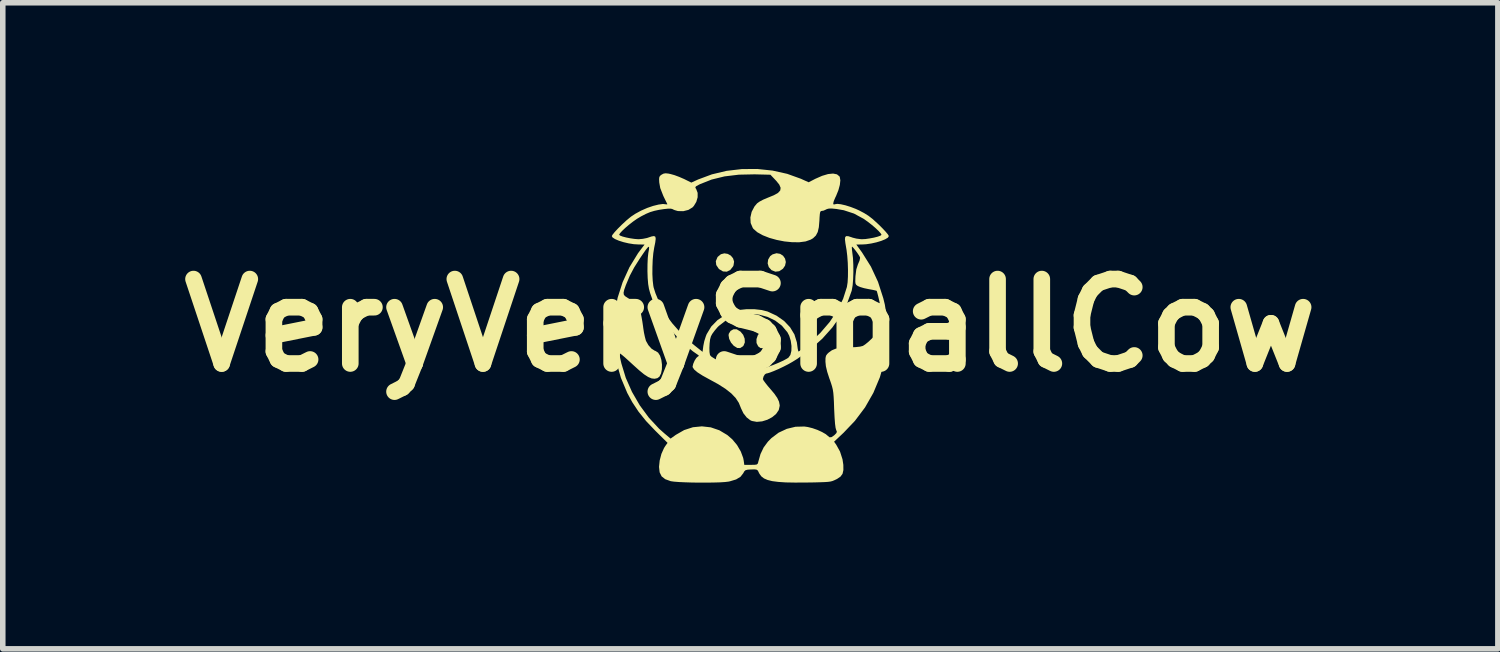
<source format=kicad_pcb>
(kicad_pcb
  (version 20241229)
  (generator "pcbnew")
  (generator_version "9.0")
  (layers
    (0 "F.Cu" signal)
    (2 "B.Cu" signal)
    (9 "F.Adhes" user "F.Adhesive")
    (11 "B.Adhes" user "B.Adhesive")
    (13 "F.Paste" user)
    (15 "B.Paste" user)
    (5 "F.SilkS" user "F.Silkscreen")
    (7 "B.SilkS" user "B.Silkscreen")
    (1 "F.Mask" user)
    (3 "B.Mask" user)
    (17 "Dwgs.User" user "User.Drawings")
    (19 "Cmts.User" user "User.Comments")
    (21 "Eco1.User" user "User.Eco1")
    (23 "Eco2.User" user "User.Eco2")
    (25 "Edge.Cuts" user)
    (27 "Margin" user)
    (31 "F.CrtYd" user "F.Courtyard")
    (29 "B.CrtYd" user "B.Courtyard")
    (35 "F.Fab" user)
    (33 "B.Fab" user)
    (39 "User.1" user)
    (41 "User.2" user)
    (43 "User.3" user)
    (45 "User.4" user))
  (footprint "VeryVerySmallCow"
    (layer "F.Cu")
    (at 10.494 2.822)
    (property "Reference" "VeryVerySmallCow" (at 0 0 0) (layer "F.SilkS") (effects (font (size 1.524 1.524) (thickness 0.3))))
    (attr through_hole)
    (fp_poly (pts (xy 0.538 -1.29) (xy 0.591 -1.256) (xy 0.627 -1.204) (xy 0.641 -1.142) (xy 0.627 -1.077) (xy 0.589 -1.021) (xy 0.522 -0.976) (xy 0.452 -0.968) (xy 0.382 -0.996) (xy 0.382 -0.996) (xy 0.333 -1.051) (xy 0.313 -1.118) (xy 0.322 -1.187) (xy 0.358 -1.248) (xy 0.401 -1.28) (xy 0.473 -1.301)) (stroke (width 0) (type solid)) (fill yes) (layer "F.SilkS"))
    (fp_poly (pts (xy -0.407 -1.289) (xy -0.352 -1.258) (xy -0.312 -1.21) (xy -0.293 -1.15) (xy -0.303 -1.082) (xy -0.312 -1.062) (xy -0.362 -0.999) (xy -0.424 -0.968) (xy -0.493 -0.972) (xy -0.56 -1.012) (xy -0.57 -1.021) (xy -0.615 -1.088) (xy -0.623 -1.158) (xy -0.594 -1.227) (xy -0.587 -1.237) (xy -0.531 -1.283) (xy -0.469 -1.299)) (stroke (width 0) (type solid)) (fill yes) (layer "F.SilkS"))
    (fp_poly (pts (xy -0.242 0.074) (xy -0.177 0.114) (xy -0.129 0.172) (xy -0.102 0.241) (xy -0.099 0.309) (xy -0.123 0.367) (xy -0.133 0.379) (xy -0.183 0.411) (xy -0.236 0.409) (xy -0.297 0.371) (xy -0.3 0.369) (xy -0.349 0.312) (xy -0.382 0.244) (xy -0.393 0.178) (xy -0.388 0.151) (xy -0.356 0.101) (xy -0.305 0.072) (xy -0.248 0.072)) (stroke (width 0) (type solid)) (fill yes) (layer "F.SilkS"))
    (fp_poly (pts (xy 0.317 0.062) (xy 0.351 0.086) (xy 0.36 0.095) (xy 0.391 0.15) (xy 0.395 0.219) (xy 0.375 0.289) (xy 0.334 0.351) (xy 0.285 0.388) (xy 0.226 0.412) (xy 0.183 0.411) (xy 0.146 0.383) (xy 0.141 0.378) (xy 0.112 0.32) (xy 0.111 0.25) (xy 0.135 0.18) (xy 0.181 0.118) (xy 0.229 0.084) (xy 0.281 0.062)) (stroke (width 0) (type solid)) (fill yes) (layer "F.SilkS"))
    (fp_poly (pts (xy 0.4 -2.793) (xy 0.666 -2.734) (xy 0.916 -2.644) (xy 0.937 -2.634) (xy 1.053 -2.582) (xy 1.175 -2.645) (xy 1.296 -2.698) (xy 1.403 -2.73) (xy 1.494 -2.739) (xy 1.564 -2.725) (xy 1.609 -2.688) (xy 1.615 -2.676) (xy 1.625 -2.617) (xy 1.616 -2.535) (xy 1.59 -2.439) (xy 1.548 -2.335) (xy 1.536 -2.311) (xy 1.507 -2.244) (xy 1.496 -2.199) (xy 1.505 -2.179) (xy 1.531 -2.186) (xy 1.57 -2.192) (xy 1.634 -2.185) (xy 1.717 -2.166) (xy 1.81 -2.137) (xy 1.904 -2.101) (xy 1.965 -2.073) (xy 2.054 -2.026) (xy 2.131 -1.978) (xy 2.206 -1.92) (xy 2.291 -1.843) (xy 2.321 -1.815) (xy 2.388 -1.748) (xy 2.444 -1.688) (xy 2.483 -1.641) (xy 2.5 -1.612) (xy 2.5 -1.61) (xy 2.483 -1.582) (xy 2.435 -1.553) (xy 2.364 -1.524) (xy 2.278 -1.498) (xy 2.184 -1.477) (xy 2.089 -1.463) (xy 2.013 -1.459) (xy 1.913 -1.458) (xy 2.016 -1.316) (xy 2.177 -1.059) (xy 2.305 -0.784) (xy 2.4 -0.489) (xy 2.428 -0.374) (xy 2.454 -0.211) (xy 2.468 -0.026) (xy 2.471 0.168) (xy 2.463 0.359) (xy 2.444 0.534) (xy 2.425 0.634) (xy 2.339 0.937) (xy 2.221 1.219) (xy 2.071 1.482) (xy 1.888 1.725) (xy 1.684 1.939) (xy 1.512 2.101) (xy 1.551 2.156) (xy 1.619 2.279) (xy 1.664 2.419) (xy 1.679 2.519) (xy 1.68 2.613) (xy 1.665 2.68) (xy 1.628 2.731) (xy 1.565 2.774) (xy 1.544 2.784) (xy 1.512 2.799) (xy 1.482 2.811) (xy 1.447 2.82) (xy 1.403 2.826) (xy 1.343 2.83) (xy 1.262 2.833) (xy 1.154 2.836) (xy 1.015 2.838) (xy 1.008 2.838) (xy 0.807 2.839) (xy 0.64 2.836) (xy 0.505 2.827) (xy 0.396 2.813) (xy 0.312 2.792) (xy 0.247 2.764) (xy 0.2 2.728) (xy 0.166 2.682) (xy 0.153 2.658) (xy 0.137 2.624) (xy 0.116 2.607) (xy 0.082 2.601) (xy 0.021 2.602) (xy 0.016 2.602) (xy -0.047 2.606) (xy -0.085 2.615) (xy -0.108 2.635) (xy -0.128 2.671) (xy -0.177 2.734) (xy -0.256 2.782) (xy -0.368 2.816) (xy -0.397 2.822) (xy -0.458 2.829) (xy -0.549 2.835) (xy -0.661 2.838) (xy -0.788 2.84) (xy -0.921 2.84) (xy -1.055 2.838) (xy -1.18 2.834) (xy -1.291 2.829) (xy -1.378 2.822) (xy -1.436 2.814) (xy -1.439 2.813) (xy -1.536 2.778) (xy -1.601 2.727) (xy -1.637 2.654) (xy -1.648 2.556) (xy -1.636 2.44) (xy -1.605 2.321) (xy -1.558 2.216) (xy -1.535 2.179) (xy -1.494 2.122) (xy -1.719 1.899) (xy -1.882 1.728) (xy -2.017 1.56) (xy -2.131 1.388) (xy -2.221 1.222) (xy -2.336 0.948) (xy -2.417 0.665) (xy -2.438 0.529) (xy -2.361 0.529) (xy -2.356 0.561) (xy -2.344 0.617) (xy -2.327 0.691) (xy -2.248 0.949) (xy -2.136 1.202) (xy -1.996 1.444) (xy -1.831 1.668) (xy -1.647 1.866) (xy -1.549 1.953) (xy -1.439 2.045) (xy -1.344 1.977) (xy -1.194 1.891) (xy -1.036 1.84) (xy -0.874 1.824) (xy -0.714 1.842) (xy -0.559 1.895) (xy -0.415 1.981) (xy -0.326 2.058) (xy -0.24 2.161) (xy -0.172 2.278) (xy -0.129 2.394) (xy -0.119 2.445) (xy -0.109 2.519) (xy 0.012 2.519) (xy 0.077 2.518) (xy 0.114 2.513) (xy 0.133 2.499) (xy 0.142 2.474) (xy 0.143 2.467) (xy 0.184 2.323) (xy 0.241 2.204) (xy 0.318 2.1) (xy 0.38 2.037) (xy 0.511 1.938) (xy 0.659 1.869) (xy 0.816 1.831) (xy 0.975 1.827) (xy 1.038 1.836) (xy 1.122 1.857) (xy 1.211 1.888) (xy 1.294 1.926) (xy 1.362 1.965) (xy 1.4 1.997) (xy 1.431 2.022) (xy 1.465 2.019) (xy 1.511 1.988) (xy 1.521 1.979) (xy 1.554 1.945) (xy 1.562 1.919) (xy 1.55 1.89) (xy 1.539 1.851) (xy 1.529 1.776) (xy 1.521 1.667) (xy 1.514 1.526) (xy 1.513 1.506) (xy 1.509 1.383) (xy 1.504 1.29) (xy 1.498 1.219) (xy 1.489 1.16) (xy 1.476 1.106) (xy 1.458 1.048) (xy 1.434 0.978) (xy 1.429 0.966) (xy 1.388 0.84) (xy 1.364 0.739) (xy 1.356 0.657) (xy 1.357 0.592) (xy 1.366 0.55) (xy 1.388 0.518) (xy 1.415 0.492) (xy 1.472 0.451) (xy 1.54 0.423) (xy 1.625 0.406) (xy 1.737 0.399) (xy 1.795 0.398) (xy 1.898 0.394) (xy 1.981 0.385) (xy 2.032 0.372) (xy 2.072 0.346) (xy 2.128 0.301) (xy 2.19 0.243) (xy 2.222 0.211) (xy 2.279 0.153) (xy 2.328 0.108) (xy 2.361 0.081) (xy 2.372 0.076) (xy 2.382 0.058) (xy 2.385 0.011) (xy 2.383 -0.06) (xy 2.376 -0.148) (xy 2.364 -0.244) (xy 2.348 -0.343) (xy 2.329 -0.436) (xy 2.311 -0.514) (xy 2.295 -0.576) (xy 2.284 -0.614) (xy 2.281 -0.622) (xy 2.261 -0.628) (xy 2.213 -0.639) (xy 2.147 -0.651) (xy 2.131 -0.654) (xy 2.054 -0.67) (xy 1.986 -0.69) (xy 1.941 -0.709) (xy 1.938 -0.711) (xy 1.913 -0.729) (xy 1.9 -0.751) (xy 1.895 -0.785) (xy 1.896 -0.841) (xy 1.898 -0.887) (xy 1.913 -1.009) (xy 1.943 -1.102) (xy 1.949 -1.115) (xy 1.972 -1.169) (xy 1.981 -1.214) (xy 1.98 -1.228) (xy 1.962 -1.26) (xy 1.932 -1.305) (xy 1.896 -1.354) (xy 1.863 -1.395) (xy 1.84 -1.418) (xy 1.835 -1.42) (xy 1.832 -1.404) (xy 1.835 -1.361) (xy 1.84 -1.321) (xy 1.853 -1.215) (xy 1.859 -1.091) (xy 1.86 -0.961) (xy 1.856 -0.834) (xy 1.847 -0.722) (xy 1.832 -0.636) (xy 1.83 -0.625) (xy 1.748 -0.397) (xy 1.631 -0.175) (xy 1.481 0.039) (xy 1.299 0.242) (xy 1.087 0.431) (xy 0.849 0.605) (xy 0.76 0.66) (xy 0.686 0.702) (xy 0.6 0.746) (xy 0.51 0.789) (xy 0.424 0.826) (xy 0.351 0.854) (xy 0.3 0.869) (xy 0.285 0.871) (xy 0.262 0.887) (xy 0.239 0.924) (xy 0.228 0.965) (xy 0.227 0.971) (xy 0.239 0.996) (xy 0.272 1.041) (xy 0.318 1.099) (xy 0.352 1.138) (xy 0.433 1.234) (xy 0.487 1.312) (xy 0.518 1.379) (xy 0.53 1.441) (xy 0.53 1.455) (xy 0.513 1.53) (xy 0.465 1.6) (xy 0.394 1.659) (xy 0.307 1.705) (xy 0.213 1.734) (xy 0.117 1.743) (xy 0.029 1.727) (xy 0.000039 1.714) (xy -0.066 1.663) (xy -0.125 1.588) (xy -0.167 1.5) (xy -0.169 1.495) (xy -0.208 1.399) (xy -0.265 1.312) (xy -0.344 1.229) (xy -0.448 1.147) (xy -0.581 1.062) (xy -0.735 0.978) (xy -0.862 0.908) (xy -0.954 0.849) (xy -1.013 0.799) (xy -1.04 0.758) (xy -1.042 0.745) (xy -1.031 0.696) (xy -1.006 0.638) (xy -0.975 0.59) (xy -0.954 0.57) (xy -0.929 0.552) (xy -0.938 0.538) (xy -0.952 0.529) (xy -1.039 0.468) (xy -1.14 0.383) (xy -1.25 0.28) (xy -1.36 0.166) (xy -1.465 0.048) (xy -1.557 -0.067) (xy -1.607 -0.137) (xy -1.66 -0.227) (xy -1.715 -0.34) (xy -1.767 -0.464) (xy -1.809 -0.583) (xy -1.83 -0.661) (xy -1.844 -0.745) (xy -1.853 -0.854) (xy -1.857 -0.977) (xy -1.856 -1.102) (xy -1.851 -1.216) (xy -1.841 -1.308) (xy -1.839 -1.316) (xy -1.829 -1.373) (xy -1.827 -1.408) (xy -1.834 -1.419) (xy -1.853 -1.404) (xy -1.887 -1.362) (xy -1.936 -1.292) (xy -1.996 -1.203) (xy -2.096 -1.045) (xy -2.175 -0.896) (xy -2.241 -0.739) (xy -2.247 -0.725) (xy -2.276 -0.643) (xy -2.288 -0.588) (xy -2.283 -0.552) (xy -2.26 -0.525) (xy -2.224 -0.502) (xy -2.149 -0.45) (xy -2.078 -0.378) (xy -2.018 -0.298) (xy -1.979 -0.222) (xy -1.974 -0.205) (xy -1.963 -0.147) (xy -1.949 -0.067) (xy -1.936 0.021) (xy -1.933 0.046) (xy -1.92 0.131) (xy -1.903 0.21) (xy -1.887 0.27) (xy -1.883 0.282) (xy -1.84 0.358) (xy -1.784 0.421) (xy -1.725 0.459) (xy -1.711 0.463) (xy -1.665 0.493) (xy -1.629 0.549) (xy -1.606 0.624) (xy -1.595 0.708) (xy -1.596 0.793) (xy -1.611 0.868) (xy -1.64 0.926) (xy -1.677 0.954) (xy -1.728 0.965) (xy -1.782 0.959) (xy -1.844 0.933) (xy -1.918 0.885) (xy -2.007 0.812) (xy -2.117 0.713) (xy -2.129 0.702) (xy -2.202 0.635) (xy -2.265 0.578) (xy -2.315 0.536) (xy -2.344 0.514) (xy -2.35 0.511) (xy -2.358 0.515) (xy -2.361 0.529) (xy -2.438 0.529) (xy -2.462 0.375) (xy -2.474 0.082) (xy -2.451 -0.21) (xy -2.395 -0.498) (xy -2.305 -0.778) (xy -2.183 -1.046) (xy -2.028 -1.3) (xy -1.977 -1.368) (xy -1.909 -1.458) (xy -2.011 -1.459) (xy -2.101 -1.464) (xy -2.196 -1.479) (xy -2.29 -1.501) (xy -2.375 -1.528) (xy -2.443 -1.557) (xy -2.487 -1.586) (xy -2.5 -1.61) (xy -2.488 -1.634) (xy -2.368 -1.634) (xy -2.35 -1.619) (xy -2.305 -1.602) (xy -2.24 -1.585) (xy -2.165 -1.57) (xy -2.089 -1.559) (xy -2.022 -1.554) (xy -2.013 -1.554) (xy -1.939 -1.561) (xy -1.865 -1.576) (xy -1.847 -1.582) (xy -1.781 -1.604) (xy -1.738 -1.611) (xy -1.714 -1.598) (xy -1.708 -1.561) (xy -1.716 -1.496) (xy -1.735 -1.402) (xy -1.751 -1.303) (xy -1.762 -1.183) (xy -1.767 -1.053) (xy -1.768 -0.925) (xy -1.762 -0.807) (xy -1.751 -0.713) (xy -1.745 -0.682) (xy -1.712 -0.578) (xy -1.662 -0.457) (xy -1.601 -0.331) (xy -1.535 -0.212) (xy -1.496 -0.152) (xy -1.41 -0.037) (xy -1.301 0.087) (xy -1.179 0.211) (xy -1.054 0.324) (xy -1.004 0.366) (xy -0.862 0.479) (xy -0.853 0.409) (xy -0.739 0.409) (xy -0.737 0.484) (xy -0.728 0.536) (xy -0.727 0.539) (xy -0.702 0.566) (xy -0.647 0.601) (xy -0.571 0.641) (xy -0.48 0.683) (xy -0.381 0.724) (xy -0.282 0.761) (xy -0.188 0.79) (xy -0.142 0.802) (xy -0.047 0.812) (xy 0.069 0.807) (xy 0.192 0.787) (xy 0.229 0.778) (xy 0.313 0.753) (xy 0.409 0.718) (xy 0.506 0.678) (xy 0.594 0.638) (xy 0.662 0.601) (xy 0.688 0.584) (xy 0.723 0.535) (xy 0.741 0.462) (xy 0.743 0.373) (xy 0.73 0.279) (xy 0.702 0.188) (xy 0.669 0.125) (xy 0.57 0.007) (xy 0.449 -0.085) (xy 0.311 -0.152) (xy 0.161 -0.192) (xy 0.005 -0.206) (xy -0.152 -0.193) (xy -0.303 -0.153) (xy -0.444 -0.085) (xy -0.568 0.011) (xy -0.593 0.036) (xy -0.644 0.096) (xy -0.688 0.156) (xy -0.711 0.199) (xy -0.726 0.253) (xy -0.735 0.328) (xy -0.739 0.409) (xy -0.853 0.409) (xy -0.848 0.37) (xy -0.831 0.286) (xy -0.803 0.198) (xy -0.788 0.16) (xy -0.705 0.022) (xy -0.592 -0.094) (xy -0.448 -0.189) (xy -0.311 -0.249) (xy -0.2 -0.277) (xy -0.067 -0.291) (xy 0.072 -0.291) (xy 0.204 -0.276) (xy 0.311 -0.249) (xy 0.473 -0.174) (xy 0.61 -0.078) (xy 0.718 0.036) (xy 0.796 0.165) (xy 0.84 0.307) (xy 0.847 0.359) (xy 0.855 0.419) (xy 0.864 0.461) (xy 0.871 0.474) (xy 0.89 0.462) (xy 0.931 0.431) (xy 0.99 0.384) (xy 1.059 0.328) (xy 1.062 0.325) (xy 1.262 0.139) (xy 1.432 -0.059) (xy 1.57 -0.265) (xy 1.675 -0.478) (xy 1.744 -0.694) (xy 1.744 -0.697) (xy 1.756 -0.774) (xy 1.762 -0.879) (xy 1.763 -1) (xy 1.759 -1.128) (xy 1.75 -1.251) (xy 1.737 -1.36) (xy 1.733 -1.383) (xy 1.716 -1.484) (xy 1.708 -1.553) (xy 1.713 -1.594) (xy 1.732 -1.61) (xy 1.769 -1.608) (xy 1.825 -1.59) (xy 1.847 -1.582) (xy 1.915 -1.565) (xy 1.993 -1.555) (xy 2.013 -1.554) (xy 2.078 -1.557) (xy 2.153 -1.568) (xy 2.229 -1.582) (xy 2.296 -1.599) (xy 2.345 -1.616) (xy 2.367 -1.632) (xy 2.368 -1.634) (xy 2.353 -1.66) (xy 2.315 -1.703) (xy 2.258 -1.757) (xy 2.191 -1.814) (xy 2.118 -1.871) (xy 2.047 -1.921) (xy 2.046 -1.922) (xy 1.871 -2.017) (xy 1.687 -2.077) (xy 1.553 -2.1) (xy 1.472 -2.108) (xy 1.418 -2.107) (xy 1.382 -2.098) (xy 1.369 -2.091) (xy 1.323 -2.07) (xy 1.291 -2.065) (xy 1.274 -2.061) (xy 1.262 -2.046) (xy 1.255 -2.011) (xy 1.25 -1.951) (xy 1.247 -1.889) (xy 1.237 -1.771) (xy 1.217 -1.684) (xy 1.183 -1.62) (xy 1.132 -1.571) (xy 1.089 -1.546) (xy 0.998 -1.514) (xy 0.884 -1.499) (xy 0.754 -1.5) (xy 0.616 -1.514) (xy 0.477 -1.541) (xy 0.344 -1.578) (xy 0.225 -1.625) (xy 0.126 -1.68) (xy 0.056 -1.741) (xy 0.043 -1.76) (xy 0.006 -1.847) (xy 0.001 -1.946) (xy 0.024 -2.048) (xy 0.075 -2.145) (xy 0.122 -2.201) (xy 0.165 -2.232) (xy 0.23 -2.267) (xy 0.305 -2.299) (xy 0.315 -2.303) (xy 0.425 -2.348) (xy 0.5 -2.39) (xy 0.54 -2.434) (xy 0.547 -2.482) (xy 0.523 -2.539) (xy 0.469 -2.606) (xy 0.456 -2.62) (xy 0.363 -2.718) (xy 0.077 -2.725) (xy -0.207 -2.719) (xy -0.465 -2.688) (xy -0.698 -2.631) (xy -0.91 -2.547) (xy -0.933 -2.535) (xy -0.977 -2.511) (xy -0.993 -2.493) (xy -0.985 -2.47) (xy -0.976 -2.457) (xy -0.951 -2.391) (xy -0.951 -2.311) (xy -0.975 -2.228) (xy -1.02 -2.154) (xy -1.044 -2.128) (xy -1.118 -2.083) (xy -1.21 -2.06) (xy -1.303 -2.062) (xy -1.314 -2.064) (xy -1.365 -2.079) (xy -1.4 -2.094) (xy -1.404 -2.098) (xy -1.434 -2.105) (xy -1.49 -2.105) (xy -1.565 -2.097) (xy -1.649 -2.084) (xy -1.732 -2.066) (xy -1.806 -2.044) (xy -1.809 -2.043) (xy -1.885 -2.011) (xy -1.972 -1.966) (xy -2.046 -1.922) (xy -2.116 -1.873) (xy -2.189 -1.816) (xy -2.257 -1.758) (xy -2.314 -1.704) (xy -2.353 -1.661) (xy -2.368 -1.634) (xy -2.368 -1.634) (xy -2.488 -1.634) (xy -2.487 -1.635) (xy -2.451 -1.68) (xy -2.398 -1.738) (xy -2.332 -1.804) (xy -2.321 -1.815) (xy -2.23 -1.899) (xy -2.153 -1.962) (xy -2.078 -2.012) (xy -1.994 -2.058) (xy -1.965 -2.073) (xy -1.86 -2.119) (xy -1.755 -2.155) (xy -1.658 -2.179) (xy -1.578 -2.19) (xy -1.523 -2.184) (xy -1.521 -2.184) (xy -1.5 -2.182) (xy -1.499 -2.189) (xy -1.511 -2.214) (xy -1.535 -2.262) (xy -1.566 -2.326) (xy -1.572 -2.339) (xy -1.626 -2.477) (xy -1.644 -2.579) (xy -1.647 -2.641) (xy -1.642 -2.678) (xy -1.625 -2.702) (xy -1.601 -2.72) (xy -1.566 -2.738) (xy -1.53 -2.744) (xy -1.48 -2.739) (xy -1.442 -2.731) (xy -1.37 -2.711) (xy -1.284 -2.679) (xy -1.201 -2.643) (xy -1.2 -2.643) (xy -1.065 -2.576) (xy -0.943 -2.632) (xy -0.693 -2.725) (xy -0.428 -2.788) (xy -0.153 -2.82) (xy 0.125 -2.822)) (stroke (width 0) (type solid)) (fill yes) (layer "F.SilkS")))
  (gr_rect
    (start -3 -3)
    (end 23.988 8.662)
    (stroke (width 0.1) (type default))
    (fill no)
    (layer "Edge.Cuts")))
</source>
